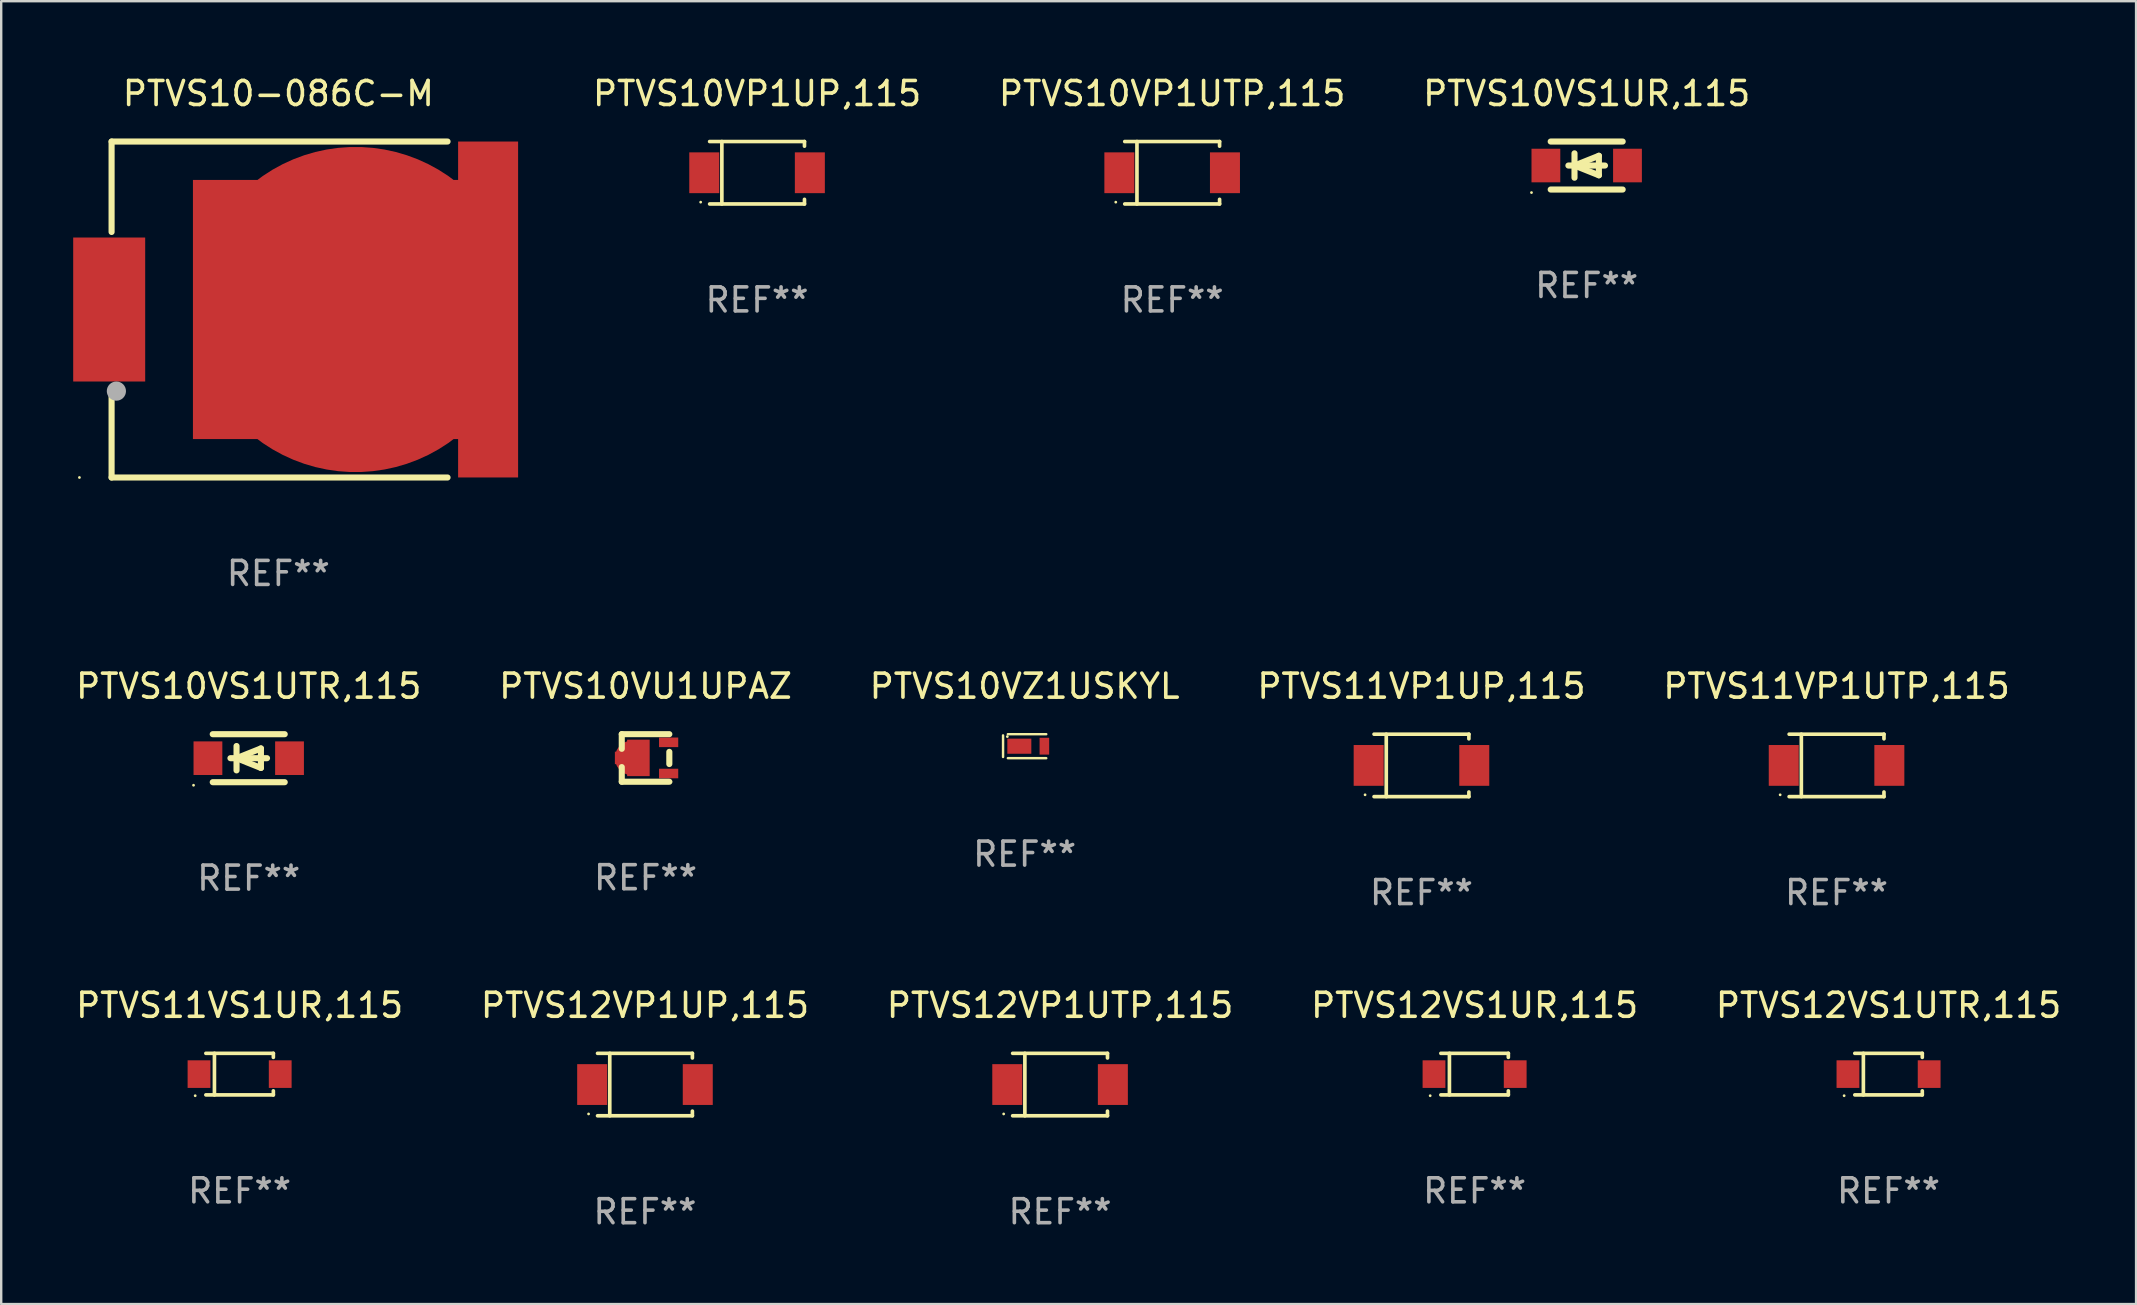
<source format=kicad_pcb>
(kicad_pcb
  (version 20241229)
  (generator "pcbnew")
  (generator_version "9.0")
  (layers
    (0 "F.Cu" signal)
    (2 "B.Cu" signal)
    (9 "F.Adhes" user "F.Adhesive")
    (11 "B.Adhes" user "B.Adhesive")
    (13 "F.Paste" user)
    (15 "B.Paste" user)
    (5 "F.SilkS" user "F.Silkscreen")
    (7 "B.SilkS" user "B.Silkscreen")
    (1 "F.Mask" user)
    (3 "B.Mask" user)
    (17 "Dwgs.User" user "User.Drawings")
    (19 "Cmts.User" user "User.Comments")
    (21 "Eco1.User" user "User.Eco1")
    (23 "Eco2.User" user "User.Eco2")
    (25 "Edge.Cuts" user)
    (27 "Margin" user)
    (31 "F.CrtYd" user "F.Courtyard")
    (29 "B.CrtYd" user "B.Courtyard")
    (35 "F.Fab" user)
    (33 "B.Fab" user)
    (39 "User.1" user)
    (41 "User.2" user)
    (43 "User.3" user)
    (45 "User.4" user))
  (footprint "PTVS10VP1UP,115"
    (layer "F.Cu")
    (at 28.498 4.149)
    (property "Reference" "PTVS10VP1UP,115" (at 0 -3.301 0) (layer "F.SilkS") (effects (font (size 1 1) (thickness 0.15))))
    (attr through_hole)
    (fp_line (start -1.976 -1.301) (end 1.976 -1.301) (stroke (width 0.152) (type solid)) (layer "F.SilkS"))
    (fp_line (start -1.976 1.301) (end 1.976 1.301) (stroke (width 0.152) (type solid)) (layer "F.SilkS"))
    (fp_line (start -1.467 -1.301) (end -1.467 1.301) (stroke (width 0.152) (type solid)) (layer "F.SilkS"))
    (fp_line (start 1.976 -1.301) (end 1.976 -1.108) (stroke (width 0.152) (type solid)) (layer "F.SilkS"))
    (fp_line (start 1.976 1.301) (end 1.976 1.108) (stroke (width 0.152) (type solid)) (layer "F.SilkS"))
    (fp_circle (center -2.35 1.225) (end -2.32 1.225) (stroke (width 0.06) (type solid)) (fill no) (layer "F.SilkS"))
    (fp_text user "REF**" (at 0 5.301 0) (layer "F.Fab") (effects (font (size 1 1) (thickness 0.15))))
    (pad "1" smd rect (at -2.2 0 180) (size 1.25 1.7) (layers "F.Cu" "F.Mask" "F.Paste"))
    (pad "2" smd rect (at 2.2 0 180) (size 1.25 1.7) (layers "F.Cu" "F.Mask" "F.Paste")))
  (footprint "PTVS12VS1UR,115"
    (layer "F.Cu")
    (at 58.399 41.71)
    (property "Reference" "PTVS12VS1UR,115" (at 0 -2.866 0) (layer "F.SilkS") (effects (font (size 1 1) (thickness 0.15))))
    (attr through_hole)
    (fp_line (start -1.406 -0.866) (end 1.406 -0.866) (stroke (width 0.152) (type solid)) (layer "F.SilkS"))
    (fp_line (start -1.406 0.866) (end 1.406 0.866) (stroke (width 0.152) (type solid)) (layer "F.SilkS"))
    (fp_line (start -1.049 -0.866) (end -1.049 0.866) (stroke (width 0.152) (type solid)) (layer "F.SilkS"))
    (fp_line (start 1.406 -0.866) (end 1.406 -0.698) (stroke (width 0.152) (type solid)) (layer "F.SilkS"))
    (fp_line (start 1.406 0.866) (end 1.406 0.698) (stroke (width 0.152) (type solid)) (layer "F.SilkS"))
    (fp_circle (center -1.851 0.9) (end -1.821 0.9) (stroke (width 0.06) (type solid)) (fill no) (layer "F.SilkS"))
    (fp_text user "REF**" (at 0 4.866 0) (layer "F.Fab") (effects (font (size 1 1) (thickness 0.15))))
    (pad "1" smd rect (at -1.692 0) (size 0.95 1.15) (layers "F.Cu" "F.Mask" "F.Paste"))
    (pad "2" smd rect (at 1.692 0) (size 0.95 1.15) (layers "F.Cu" "F.Mask" "F.Paste")))
  (footprint "PTVS10-086C-M"
    (layer "F.Cu")
    (at 8.55 9.848)
    (property "Reference" "PTVS10-086C-M" (at 0 -9 0) (layer "F.SilkS") (effects (font (size 1 1) (thickness 0.15))))
    (attr through_hole)
    (fp_line (start -6.95 -7) (end 7.05 -7) (stroke (width 0.254) (type solid)) (layer "F.SilkS"))
    (fp_line (start -6.95 -3.231) (end -6.95 -7) (stroke (width 0.254) (type solid)) (layer "F.SilkS"))
    (fp_line (start -6.95 3.4) (end -6.95 7) (stroke (width 0.254) (type solid)) (layer "F.SilkS"))
    (fp_line (start -6.95 7) (end 7.05 7) (stroke (width 0.254) (type solid)) (layer "F.SilkS"))
    (fp_circle (center -8.29 7) (end -8.26 7) (stroke (width 0.06) (type solid)) (fill no) (layer "F.SilkS"))
    (fp_circle (center -6.75 3.4) (end -6.55 3.4) (stroke (width 0.4) (type solid)) (fill no) (layer "F.Fab"))
    (fp_text user "REF**" (at 0 11 0) (layer "F.Fab") (effects (font (size 1 1) (thickness 0.15))))
    (pad "1" smd rect (at -7.05 0) (size 3 6) (layers "F.Cu" "F.Mask" "F.Paste"))
    (pad "2" smd custom (at 3.215 0) (size 13.55 14) (layers "F.Cu" "F.Mask" "F.Paste") (options (anchor circle)) (primitives (gr_poly (pts (xy 4.275 -7) (xy 6.775 -7) (xy 6.775 7) (xy 4.275 7) (xy 4.275 5.4) (xy -6.775 5.4) (xy -6.775 -5.4) (xy 4.275 -5.4)) (width 0) (fill yes)))))
  (footprint "PTVS10VS1UR,115"
    (layer "F.Cu")
    (at 63.07 3.848)
    (property "Reference" "PTVS10VS1UR,115" (at 0 -3 0) (layer "F.SilkS") (effects (font (size 1 1) (thickness 0.15))))
    (attr through_hole)
    (fp_line (start -1.5 -1) (end 1.5 -1) (stroke (width 0.254) (type solid)) (layer "F.SilkS"))
    (fp_line (start -1.5 1) (end 1.5 1) (stroke (width 0.254) (type solid)) (layer "F.SilkS"))
    (fp_line (start -0.762 0) (end 0.762 0) (stroke (width 0.254) (type solid)) (layer "F.SilkS"))
    (fp_line (start -0.508 -0.508) (end -0.508 0.508) (stroke (width 0.254) (type solid)) (layer "F.SilkS"))
    (fp_line (start -0.508 0) (end 0.508 -0.406) (stroke (width 0.254) (type solid)) (layer "F.SilkS"))
    (fp_line (start 0.508 -0.406) (end 0.508 0.406) (stroke (width 0.254) (type solid)) (layer "F.SilkS"))
    (fp_line (start 0.508 0.406) (end -0.508 0) (stroke (width 0.254) (type solid)) (layer "F.SilkS"))
    (fp_circle (center -2.3 1.127) (end -2.27 1.127) (stroke (width 0.06) (type solid)) (fill no) (layer "F.SilkS"))
    (fp_text user "REF**" (at 0 5 0) (layer "F.Fab") (effects (font (size 1 1) (thickness 0.15))))
    (pad "1" smd rect (at -1.7 0) (size 1.2 1.4) (layers "F.Cu" "F.Mask" "F.Paste"))
    (pad "2" smd rect (at 1.7 0) (size 1.2 1.4) (layers "F.Cu" "F.Mask" "F.Paste")))
  (footprint "PTVS10VS1UTR,115"
    (layer "F.Cu")
    (at 7.315 28.545)
    (property "Reference" "PTVS10VS1UTR,115" (at 0 -3 0) (layer "F.SilkS") (effects (font (size 1 1) (thickness 0.15))))
    (attr through_hole)
    (fp_line (start -1.5 -1) (end 1.5 -1) (stroke (width 0.254) (type solid)) (layer "F.SilkS"))
    (fp_line (start -1.5 1) (end 1.5 1) (stroke (width 0.254) (type solid)) (layer "F.SilkS"))
    (fp_line (start -0.762 0) (end 0.762 0) (stroke (width 0.254) (type solid)) (layer "F.SilkS"))
    (fp_line (start -0.508 -0.508) (end -0.508 0.508) (stroke (width 0.254) (type solid)) (layer "F.SilkS"))
    (fp_line (start -0.508 0) (end 0.508 -0.406) (stroke (width 0.254) (type solid)) (layer "F.SilkS"))
    (fp_line (start 0.508 -0.406) (end 0.508 0.406) (stroke (width 0.254) (type solid)) (layer "F.SilkS"))
    (fp_line (start 0.508 0.406) (end -0.508 0) (stroke (width 0.254) (type solid)) (layer "F.SilkS"))
    (fp_circle (center -2.3 1.127) (end -2.27 1.127) (stroke (width 0.06) (type solid)) (fill no) (layer "F.SilkS"))
    (fp_text user "REF**" (at 0 5 0) (layer "F.Fab") (effects (font (size 1 1) (thickness 0.15))))
    (pad "1" smd rect (at -1.7 0) (size 1.2 1.4) (layers "F.Cu" "F.Mask" "F.Paste"))
    (pad "2" smd rect (at 1.7 0) (size 1.2 1.4) (layers "F.Cu" "F.Mask" "F.Paste")))
  (footprint "PTVS11VS1UR,115"
    (layer "F.Cu")
    (at 6.935 41.71)
    (property "Reference" "PTVS11VS1UR,115" (at 0 -2.866 0) (layer "F.SilkS") (effects (font (size 1 1) (thickness 0.15))))
    (attr through_hole)
    (fp_line (start -1.406 -0.866) (end 1.406 -0.866) (stroke (width 0.152) (type solid)) (layer "F.SilkS"))
    (fp_line (start -1.406 0.866) (end 1.406 0.866) (stroke (width 0.152) (type solid)) (layer "F.SilkS"))
    (fp_line (start -1.049 -0.866) (end -1.049 0.866) (stroke (width 0.152) (type solid)) (layer "F.SilkS"))
    (fp_line (start 1.406 -0.866) (end 1.406 -0.698) (stroke (width 0.152) (type solid)) (layer "F.SilkS"))
    (fp_line (start 1.406 0.866) (end 1.406 0.698) (stroke (width 0.152) (type solid)) (layer "F.SilkS"))
    (fp_circle (center -1.851 0.9) (end -1.821 0.9) (stroke (width 0.06) (type solid)) (fill no) (layer "F.SilkS"))
    (fp_text user "REF**" (at 0 4.866 0) (layer "F.Fab") (effects (font (size 1 1) (thickness 0.15))))
    (pad "1" smd rect (at -1.692 0) (size 0.95 1.15) (layers "F.Cu" "F.Mask" "F.Paste"))
    (pad "2" smd rect (at 1.692 0) (size 0.95 1.15) (layers "F.Cu" "F.Mask" "F.Paste")))
  (footprint "PTVS10VP1UTP,115"
    (layer "F.Cu")
    (at 45.796 4.149)
    (property "Reference" "PTVS10VP1UTP,115" (at 0 -3.301 0) (layer "F.SilkS") (effects (font (size 1 1) (thickness 0.15))))
    (attr through_hole)
    (fp_line (start -1.976 -1.301) (end 1.976 -1.301) (stroke (width 0.152) (type solid)) (layer "F.SilkS"))
    (fp_line (start -1.976 1.301) (end 1.976 1.301) (stroke (width 0.152) (type solid)) (layer "F.SilkS"))
    (fp_line (start -1.467 -1.301) (end -1.467 1.301) (stroke (width 0.152) (type solid)) (layer "F.SilkS"))
    (fp_line (start 1.976 -1.301) (end 1.976 -1.108) (stroke (width 0.152) (type solid)) (layer "F.SilkS"))
    (fp_line (start 1.976 1.301) (end 1.976 1.108) (stroke (width 0.152) (type solid)) (layer "F.SilkS"))
    (fp_circle (center -2.35 1.225) (end -2.32 1.225) (stroke (width 0.06) (type solid)) (fill no) (layer "F.SilkS"))
    (fp_text user "REF**" (at 0 5.301 0) (layer "F.Fab") (effects (font (size 1 1) (thickness 0.15))))
    (pad "1" smd rect (at -2.2 0 180) (size 1.25 1.7) (layers "F.Cu" "F.Mask" "F.Paste"))
    (pad "2" smd rect (at 2.2 0 180) (size 1.25 1.7) (layers "F.Cu" "F.Mask" "F.Paste")))
  (footprint "PTVS10VZ1USKYL"
    (layer "F.Cu")
    (at 39.649 28.045)
    (property "Reference" "PTVS10VZ1USKYL" (at 0 -2.5 0) (layer "F.SilkS") (effects (font (size 1 1) (thickness 0.15))))
    (attr through_hole)
    (fp_line (start -0.9 -0.45) (end -0.9 0.45) (stroke (width 0.102) (type solid)) (layer "F.SilkS"))
    (fp_line (start -0.7 -0.5) (end 0.9 -0.5) (stroke (width 0.102) (type solid)) (layer "F.SilkS"))
    (fp_line (start -0.7 0.5) (end 0.9 0.5) (stroke (width 0.102) (type solid)) (layer "F.SilkS"))
    (fp_circle (center -0.722 -0.4) (end -0.692 -0.4) (stroke (width 0.06) (type solid)) (fill no) (layer "F.SilkS"))
    (fp_text user "REF**" (at 0 4.5 0) (layer "F.Fab") (effects (font (size 1 1) (thickness 0.15))))
    (pad "1" smd rect (at -0.222 -0.000025 180) (size 1 0.63) (layers "F.Cu" "F.Mask" "F.Paste"))
    (pad "2" smd rect (at 0.822 -0.000025 180) (size 0.4 0.7) (layers "F.Cu" "F.Mask" "F.Paste")))
  (footprint "PTVS10VU1UPAZ"
    (layer "F.Cu")
    (at 23.851 28.535)
    (property "Reference" "PTVS10VU1UPAZ" (at 0 -2.991 0) (layer "F.SilkS") (effects (font (size 1 1) (thickness 0.15))))
    (attr through_hole)
    (fp_line (start -0.991 -0.991) (end -0.991 -0.381) (stroke (width 0.254) (type solid)) (layer "F.SilkS"))
    (fp_line (start -0.991 0.381) (end -0.991 0.991) (stroke (width 0.254) (type solid)) (layer "F.SilkS"))
    (fp_line (start -0.991 0.991) (end 0.991 0.991) (stroke (width 0.254) (type solid)) (layer "F.SilkS"))
    (fp_line (start 0.991 -0.991) (end -0.991 -0.991) (stroke (width 0.254) (type solid)) (layer "F.SilkS"))
    (fp_line (start 0.991 -0.254) (end 0.991 0.254) (stroke (width 0.254) (type solid)) (layer "F.SilkS"))
    (fp_circle (center 1.054 0.999) (end 1.084 0.999) (stroke (width 0.06) (type solid)) (fill no) (layer "F.SilkS"))
    (fp_text user "REF**" (at 0 4.991 0) (layer "F.Fab") (effects (font (size 1 1) (thickness 0.15))))
    (pad "1" smd rect (at 0.962 0.649 270) (size 0.399 0.8) (layers "F.Cu" "F.Mask" "F.Paste"))
    (pad "2" smd rect (at 0.962 -0.651 270) (size 0.399 0.8) (layers "F.Cu" "F.Mask" "F.Paste"))
    (pad "3" smd custom (at -0.553 -0.001) (size 1.45 1.52) (layers "F.Cu" "F.Mask" "F.Paste") (options (anchor circle)) (primitives (gr_poly (pts (xy -0.725 -0.26) (xy -0.225 -0.26) (xy -0.215 -0.26) (xy -0.215 -0.76) (xy 0.725 -0.76) (xy 0.725 0.75) (xy 0.725 0.76) (xy -0.205 0.76) (xy -0.215 0.76) (xy -0.215 0.75) (xy -0.215 0.26) (xy -0.725 0.26)) (width 0) (fill yes)))))
  (footprint "PTVS12VP1UTP,115"
    (layer "F.Cu")
    (at 41.125 42.145)
    (property "Reference" "PTVS12VP1UTP,115" (at 0 -3.301 0) (layer "F.SilkS") (effects (font (size 1 1) (thickness 0.15))))
    (attr through_hole)
    (fp_line (start -1.976 -1.301) (end 1.976 -1.301) (stroke (width 0.152) (type solid)) (layer "F.SilkS"))
    (fp_line (start -1.976 1.301) (end 1.976 1.301) (stroke (width 0.152) (type solid)) (layer "F.SilkS"))
    (fp_line (start -1.467 -1.301) (end -1.467 1.301) (stroke (width 0.152) (type solid)) (layer "F.SilkS"))
    (fp_line (start 1.976 -1.301) (end 1.976 -1.108) (stroke (width 0.152) (type solid)) (layer "F.SilkS"))
    (fp_line (start 1.976 1.301) (end 1.976 1.108) (stroke (width 0.152) (type solid)) (layer "F.SilkS"))
    (fp_circle (center -2.35 1.225) (end -2.32 1.225) (stroke (width 0.06) (type solid)) (fill no) (layer "F.SilkS"))
    (fp_text user "REF**" (at 0 5.301 0) (layer "F.Fab") (effects (font (size 1 1) (thickness 0.15))))
    (pad "1" smd rect (at -2.2 0 180) (size 1.25 1.7) (layers "F.Cu" "F.Mask" "F.Paste"))
    (pad "2" smd rect (at 2.2 0 180) (size 1.25 1.7) (layers "F.Cu" "F.Mask" "F.Paste")))
  (footprint "PTVS12VP1UP,115"
    (layer "F.Cu")
    (at 23.827 42.145)
    (property "Reference" "PTVS12VP1UP,115" (at 0 -3.301 0) (layer "F.SilkS") (effects (font (size 1 1) (thickness 0.15))))
    (attr through_hole)
    (fp_line (start -1.976 -1.301) (end 1.976 -1.301) (stroke (width 0.152) (type solid)) (layer "F.SilkS"))
    (fp_line (start -1.976 1.301) (end 1.976 1.301) (stroke (width 0.152) (type solid)) (layer "F.SilkS"))
    (fp_line (start -1.467 -1.301) (end -1.467 1.301) (stroke (width 0.152) (type solid)) (layer "F.SilkS"))
    (fp_line (start 1.976 -1.301) (end 1.976 -1.108) (stroke (width 0.152) (type solid)) (layer "F.SilkS"))
    (fp_line (start 1.976 1.301) (end 1.976 1.108) (stroke (width 0.152) (type solid)) (layer "F.SilkS"))
    (fp_circle (center -2.35 1.225) (end -2.32 1.225) (stroke (width 0.06) (type solid)) (fill no) (layer "F.SilkS"))
    (fp_text user "REF**" (at 0 5.301 0) (layer "F.Fab") (effects (font (size 1 1) (thickness 0.15))))
    (pad "1" smd rect (at -2.2 0 180) (size 1.25 1.7) (layers "F.Cu" "F.Mask" "F.Paste"))
    (pad "2" smd rect (at 2.2 0 180) (size 1.25 1.7) (layers "F.Cu" "F.Mask" "F.Paste")))
  (footprint "PTVS11VP1UTP,115"
    (layer "F.Cu")
    (at 73.482 28.846)
    (property "Reference" "PTVS11VP1UTP,115" (at 0 -3.301 0) (layer "F.SilkS") (effects (font (size 1 1) (thickness 0.15))))
    (attr through_hole)
    (fp_line (start -1.976 -1.301) (end 1.976 -1.301) (stroke (width 0.152) (type solid)) (layer "F.SilkS"))
    (fp_line (start -1.976 1.301) (end 1.976 1.301) (stroke (width 0.152) (type solid)) (layer "F.SilkS"))
    (fp_line (start -1.467 -1.301) (end -1.467 1.301) (stroke (width 0.152) (type solid)) (layer "F.SilkS"))
    (fp_line (start 1.976 -1.301) (end 1.976 -1.108) (stroke (width 0.152) (type solid)) (layer "F.SilkS"))
    (fp_line (start 1.976 1.301) (end 1.976 1.108) (stroke (width 0.152) (type solid)) (layer "F.SilkS"))
    (fp_circle (center -2.35 1.225) (end -2.32 1.225) (stroke (width 0.06) (type solid)) (fill no) (layer "F.SilkS"))
    (fp_text user "REF**" (at 0 5.301 0) (layer "F.Fab") (effects (font (size 1 1) (thickness 0.15))))
    (pad "1" smd rect (at -2.2 0 180) (size 1.25 1.7) (layers "F.Cu" "F.Mask" "F.Paste"))
    (pad "2" smd rect (at 2.2 0 180) (size 1.25 1.7) (layers "F.Cu" "F.Mask" "F.Paste")))
  (footprint "PTVS12VS1UTR,115"
    (layer "F.Cu")
    (at 75.649 41.71)
    (property "Reference" "PTVS12VS1UTR,115" (at 0 -2.866 0) (layer "F.SilkS") (effects (font (size 1 1) (thickness 0.15))))
    (attr through_hole)
    (fp_line (start -1.406 -0.866) (end 1.406 -0.866) (stroke (width 0.152) (type solid)) (layer "F.SilkS"))
    (fp_line (start -1.406 0.866) (end 1.406 0.866) (stroke (width 0.152) (type solid)) (layer "F.SilkS"))
    (fp_line (start -1.049 -0.866) (end -1.049 0.866) (stroke (width 0.152) (type solid)) (layer "F.SilkS"))
    (fp_line (start 1.406 -0.866) (end 1.406 -0.698) (stroke (width 0.152) (type solid)) (layer "F.SilkS"))
    (fp_line (start 1.406 0.866) (end 1.406 0.698) (stroke (width 0.152) (type solid)) (layer "F.SilkS"))
    (fp_circle (center -1.851 0.9) (end -1.821 0.9) (stroke (width 0.06) (type solid)) (fill no) (layer "F.SilkS"))
    (fp_text user "REF**" (at 0 4.866 0) (layer "F.Fab") (effects (font (size 1 1) (thickness 0.15))))
    (pad "1" smd rect (at -1.692 0) (size 0.95 1.15) (layers "F.Cu" "F.Mask" "F.Paste"))
    (pad "2" smd rect (at 1.692 0) (size 0.95 1.15) (layers "F.Cu" "F.Mask" "F.Paste")))
  (footprint "PTVS11VP1UP,115"
    (layer "F.Cu")
    (at 56.185 28.846)
    (property "Reference" "PTVS11VP1UP,115" (at 0 -3.301 0) (layer "F.SilkS") (effects (font (size 1 1) (thickness 0.15))))
    (attr through_hole)
    (fp_line (start -1.976 -1.301) (end 1.976 -1.301) (stroke (width 0.152) (type solid)) (layer "F.SilkS"))
    (fp_line (start -1.976 1.301) (end 1.976 1.301) (stroke (width 0.152) (type solid)) (layer "F.SilkS"))
    (fp_line (start -1.467 -1.301) (end -1.467 1.301) (stroke (width 0.152) (type solid)) (layer "F.SilkS"))
    (fp_line (start 1.976 -1.301) (end 1.976 -1.108) (stroke (width 0.152) (type solid)) (layer "F.SilkS"))
    (fp_line (start 1.976 1.301) (end 1.976 1.108) (stroke (width 0.152) (type solid)) (layer "F.SilkS"))
    (fp_circle (center -2.35 1.225) (end -2.32 1.225) (stroke (width 0.06) (type solid)) (fill no) (layer "F.SilkS"))
    (fp_text user "REF**" (at 0 5.301 0) (layer "F.Fab") (effects (font (size 1 1) (thickness 0.15))))
    (pad "1" smd rect (at -2.2 0 180) (size 1.25 1.7) (layers "F.Cu" "F.Mask" "F.Paste"))
    (pad "2" smd rect (at 2.2 0 180) (size 1.25 1.7) (layers "F.Cu" "F.Mask" "F.Paste")))
  (gr_rect
    (start -3 -3)
    (end 85.964 51.294)
    (stroke (width 0.1) (type default))
    (fill no)
    (layer "Edge.Cuts")))
</source>
